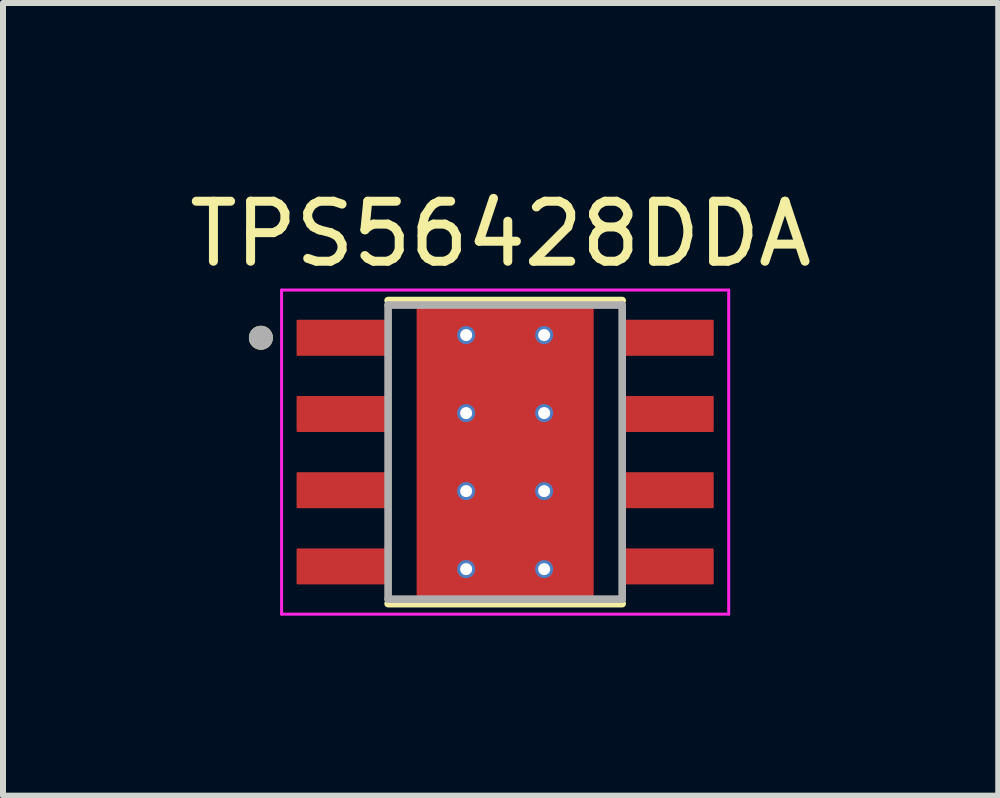
<source format=kicad_pcb>
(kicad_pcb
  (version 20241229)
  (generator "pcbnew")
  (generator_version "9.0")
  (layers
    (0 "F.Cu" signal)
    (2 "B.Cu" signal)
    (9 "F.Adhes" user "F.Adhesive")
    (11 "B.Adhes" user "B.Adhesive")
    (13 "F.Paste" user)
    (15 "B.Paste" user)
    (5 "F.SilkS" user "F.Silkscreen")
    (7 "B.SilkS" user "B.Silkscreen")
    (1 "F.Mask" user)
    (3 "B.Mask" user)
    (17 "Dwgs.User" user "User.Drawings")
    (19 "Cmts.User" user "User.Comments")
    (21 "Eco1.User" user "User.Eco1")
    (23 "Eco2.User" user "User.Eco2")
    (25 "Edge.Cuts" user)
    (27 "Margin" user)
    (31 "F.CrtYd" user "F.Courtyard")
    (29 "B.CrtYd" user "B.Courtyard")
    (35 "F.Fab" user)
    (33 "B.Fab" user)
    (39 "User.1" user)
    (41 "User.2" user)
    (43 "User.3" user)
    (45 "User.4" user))
  (footprint "TPS56428DDA"
    (layer "F.Cu")
    (at 5.367 4.483)
    (property "Reference" "TPS56428DDA" (at -0.075 -3.635 0) (layer "F.SilkS") (effects (font (size 1 1) (thickness 0.15))))
    (attr smd)
    (fp_poly (pts (xy -1.355 -1.7) (xy 1.355 -1.7) (xy 1.355 1.7) (xy -1.355 1.7)) (stroke (width 0.01) (type solid)) (fill yes) (layer "F.Mask"))
    (fp_poly (pts (xy -1.905 -1.535) (xy -3.495 -1.535) (xy -3.498 -1.535) (xy -3.5 -1.535) (xy -3.503 -1.536) (xy -3.505 -1.536) (xy -3.508 -1.537) (xy -3.51 -1.537) (xy -3.513 -1.538) (xy -3.515 -1.539) (xy -3.518 -1.54) (xy -3.52 -1.542) (xy -3.522 -1.543) (xy -3.524 -1.545) (xy -3.526 -1.546) (xy -3.528 -1.548) (xy -3.53 -1.55) (xy -3.532 -1.552) (xy -3.534 -1.554) (xy -3.535 -1.556) (xy -3.537 -1.558) (xy -3.538 -1.56) (xy -3.54 -1.562) (xy -3.541 -1.565) (xy -3.542 -1.567) (xy -3.543 -1.57) (xy -3.543 -1.572) (xy -3.544 -1.575) (xy -3.544 -1.577) (xy -3.545 -1.58) (xy -3.545 -1.582) (xy -3.545 -1.585) (xy -3.545 -2.225) (xy -3.545 -2.228) (xy -3.545 -2.23) (xy -3.544 -2.233) (xy -3.544 -2.235) (xy -3.543 -2.238) (xy -3.543 -2.24) (xy -3.542 -2.243) (xy -3.541 -2.245) (xy -3.54 -2.248) (xy -3.538 -2.25) (xy -3.537 -2.252) (xy -3.535 -2.254) (xy -3.534 -2.256) (xy -3.532 -2.258) (xy -3.53 -2.26) (xy -3.528 -2.262) (xy -3.526 -2.264) (xy -3.524 -2.265) (xy -3.522 -2.267) (xy -3.52 -2.268) (xy -3.518 -2.27) (xy -3.515 -2.271) (xy -3.513 -2.272) (xy -3.51 -2.273) (xy -3.508 -2.273) (xy -3.505 -2.274) (xy -3.503 -2.274) (xy -3.5 -2.275) (xy -3.498 -2.275) (xy -3.495 -2.275) (xy -1.905 -2.275) (xy -1.902 -2.275) (xy -1.9 -2.275) (xy -1.897 -2.274) (xy -1.895 -2.274) (xy -1.892 -2.273) (xy -1.89 -2.273) (xy -1.887 -2.272) (xy -1.885 -2.271) (xy -1.882 -2.27) (xy -1.88 -2.268) (xy -1.878 -2.267) (xy -1.876 -2.265) (xy -1.874 -2.264) (xy -1.872 -2.262) (xy -1.87 -2.26) (xy -1.868 -2.258) (xy -1.866 -2.256) (xy -1.865 -2.254) (xy -1.863 -2.252) (xy -1.862 -2.25) (xy -1.86 -2.248) (xy -1.859 -2.245) (xy -1.858 -2.243) (xy -1.857 -2.24) (xy -1.857 -2.238) (xy -1.856 -2.235) (xy -1.856 -2.233) (xy -1.855 -2.23) (xy -1.855 -2.228) (xy -1.855 -2.225) (xy -1.855 -1.585) (xy -1.855 -1.582) (xy -1.855 -1.58) (xy -1.856 -1.577) (xy -1.856 -1.575) (xy -1.857 -1.572) (xy -1.857 -1.57) (xy -1.858 -1.567) (xy -1.859 -1.565) (xy -1.86 -1.562) (xy -1.862 -1.56) (xy -1.863 -1.558) (xy -1.865 -1.556) (xy -1.866 -1.554) (xy -1.868 -1.552) (xy -1.87 -1.55) (xy -1.872 -1.548) (xy -1.874 -1.546) (xy -1.876 -1.545) (xy -1.878 -1.543) (xy -1.88 -1.542) (xy -1.882 -1.54) (xy -1.885 -1.539) (xy -1.887 -1.538) (xy -1.89 -1.537) (xy -1.892 -1.537) (xy -1.895 -1.536) (xy -1.897 -1.536) (xy -1.9 -1.535) (xy -1.902 -1.535) (xy -1.905 -1.535)) (stroke (width 0.01) (type solid)) (fill yes) (layer "F.Mask"))
    (fp_poly (pts (xy -1.905 -0.265) (xy -3.495 -0.265) (xy -3.498 -0.265) (xy -3.5 -0.265) (xy -3.503 -0.266) (xy -3.505 -0.266) (xy -3.508 -0.267) (xy -3.51 -0.267) (xy -3.513 -0.268) (xy -3.515 -0.269) (xy -3.518 -0.27) (xy -3.52 -0.272) (xy -3.522 -0.273) (xy -3.524 -0.275) (xy -3.526 -0.276) (xy -3.528 -0.278) (xy -3.53 -0.28) (xy -3.532 -0.282) (xy -3.534 -0.284) (xy -3.535 -0.286) (xy -3.537 -0.288) (xy -3.538 -0.29) (xy -3.54 -0.292) (xy -3.541 -0.295) (xy -3.542 -0.297) (xy -3.543 -0.3) (xy -3.543 -0.302) (xy -3.544 -0.305) (xy -3.544 -0.307) (xy -3.545 -0.31) (xy -3.545 -0.312) (xy -3.545 -0.315) (xy -3.545 -0.955) (xy -3.545 -0.958) (xy -3.545 -0.96) (xy -3.544 -0.963) (xy -3.544 -0.965) (xy -3.543 -0.968) (xy -3.543 -0.97) (xy -3.542 -0.973) (xy -3.541 -0.975) (xy -3.54 -0.978) (xy -3.538 -0.98) (xy -3.537 -0.982) (xy -3.535 -0.984) (xy -3.534 -0.986) (xy -3.532 -0.988) (xy -3.53 -0.99) (xy -3.528 -0.992) (xy -3.526 -0.994) (xy -3.524 -0.995) (xy -3.522 -0.997) (xy -3.52 -0.998) (xy -3.518 -1) (xy -3.515 -1.001) (xy -3.513 -1.002) (xy -3.51 -1.003) (xy -3.508 -1.003) (xy -3.505 -1.004) (xy -3.503 -1.004) (xy -3.5 -1.005) (xy -3.498 -1.005) (xy -3.495 -1.005) (xy -1.905 -1.005) (xy -1.902 -1.005) (xy -1.9 -1.005) (xy -1.897 -1.004) (xy -1.895 -1.004) (xy -1.892 -1.003) (xy -1.89 -1.003) (xy -1.887 -1.002) (xy -1.885 -1.001) (xy -1.882 -1) (xy -1.88 -0.998) (xy -1.878 -0.997) (xy -1.876 -0.995) (xy -1.874 -0.994) (xy -1.872 -0.992) (xy -1.87 -0.99) (xy -1.868 -0.988) (xy -1.866 -0.986) (xy -1.865 -0.984) (xy -1.863 -0.982) (xy -1.862 -0.98) (xy -1.86 -0.978) (xy -1.859 -0.975) (xy -1.858 -0.973) (xy -1.857 -0.97) (xy -1.857 -0.968) (xy -1.856 -0.965) (xy -1.856 -0.963) (xy -1.855 -0.96) (xy -1.855 -0.958) (xy -1.855 -0.955) (xy -1.855 -0.315) (xy -1.855 -0.312) (xy -1.855 -0.31) (xy -1.856 -0.307) (xy -1.856 -0.305) (xy -1.857 -0.302) (xy -1.857 -0.3) (xy -1.858 -0.297) (xy -1.859 -0.295) (xy -1.86 -0.292) (xy -1.862 -0.29) (xy -1.863 -0.288) (xy -1.865 -0.286) (xy -1.866 -0.284) (xy -1.868 -0.282) (xy -1.87 -0.28) (xy -1.872 -0.278) (xy -1.874 -0.276) (xy -1.876 -0.275) (xy -1.878 -0.273) (xy -1.88 -0.272) (xy -1.882 -0.27) (xy -1.885 -0.269) (xy -1.887 -0.268) (xy -1.89 -0.267) (xy -1.892 -0.267) (xy -1.895 -0.266) (xy -1.897 -0.266) (xy -1.9 -0.265) (xy -1.902 -0.265) (xy -1.905 -0.265)) (stroke (width 0.01) (type solid)) (fill yes) (layer "F.Mask"))
    (fp_poly (pts (xy -1.905 1.005) (xy -3.495 1.005) (xy -3.498 1.005) (xy -3.5 1.005) (xy -3.503 1.004) (xy -3.505 1.004) (xy -3.508 1.003) (xy -3.51 1.003) (xy -3.513 1.002) (xy -3.515 1.001) (xy -3.518 1) (xy -3.52 0.998) (xy -3.522 0.997) (xy -3.524 0.995) (xy -3.526 0.994) (xy -3.528 0.992) (xy -3.53 0.99) (xy -3.532 0.988) (xy -3.534 0.986) (xy -3.535 0.984) (xy -3.537 0.982) (xy -3.538 0.98) (xy -3.54 0.978) (xy -3.541 0.975) (xy -3.542 0.973) (xy -3.543 0.97) (xy -3.543 0.968) (xy -3.544 0.965) (xy -3.544 0.963) (xy -3.545 0.96) (xy -3.545 0.958) (xy -3.545 0.955) (xy -3.545 0.315) (xy -3.545 0.312) (xy -3.545 0.31) (xy -3.544 0.307) (xy -3.544 0.305) (xy -3.543 0.302) (xy -3.543 0.3) (xy -3.542 0.297) (xy -3.541 0.295) (xy -3.54 0.292) (xy -3.538 0.29) (xy -3.537 0.288) (xy -3.535 0.286) (xy -3.534 0.284) (xy -3.532 0.282) (xy -3.53 0.28) (xy -3.528 0.278) (xy -3.526 0.276) (xy -3.524 0.275) (xy -3.522 0.273) (xy -3.52 0.272) (xy -3.518 0.27) (xy -3.515 0.269) (xy -3.513 0.268) (xy -3.51 0.267) (xy -3.508 0.267) (xy -3.505 0.266) (xy -3.503 0.266) (xy -3.5 0.265) (xy -3.498 0.265) (xy -3.495 0.265) (xy -1.905 0.265) (xy -1.902 0.265) (xy -1.9 0.265) (xy -1.897 0.266) (xy -1.895 0.266) (xy -1.892 0.267) (xy -1.89 0.267) (xy -1.887 0.268) (xy -1.885 0.269) (xy -1.882 0.27) (xy -1.88 0.272) (xy -1.878 0.273) (xy -1.876 0.275) (xy -1.874 0.276) (xy -1.872 0.278) (xy -1.87 0.28) (xy -1.868 0.282) (xy -1.866 0.284) (xy -1.865 0.286) (xy -1.863 0.288) (xy -1.862 0.29) (xy -1.86 0.292) (xy -1.859 0.295) (xy -1.858 0.297) (xy -1.857 0.3) (xy -1.857 0.302) (xy -1.856 0.305) (xy -1.856 0.307) (xy -1.855 0.31) (xy -1.855 0.312) (xy -1.855 0.315) (xy -1.855 0.955) (xy -1.855 0.958) (xy -1.855 0.96) (xy -1.856 0.963) (xy -1.856 0.965) (xy -1.857 0.968) (xy -1.857 0.97) (xy -1.858 0.973) (xy -1.859 0.975) (xy -1.86 0.978) (xy -1.862 0.98) (xy -1.863 0.982) (xy -1.865 0.984) (xy -1.866 0.986) (xy -1.868 0.988) (xy -1.87 0.99) (xy -1.872 0.992) (xy -1.874 0.994) (xy -1.876 0.995) (xy -1.878 0.997) (xy -1.88 0.998) (xy -1.882 1) (xy -1.885 1.001) (xy -1.887 1.002) (xy -1.89 1.003) (xy -1.892 1.003) (xy -1.895 1.004) (xy -1.897 1.004) (xy -1.9 1.005) (xy -1.902 1.005) (xy -1.905 1.005)) (stroke (width 0.01) (type solid)) (fill yes) (layer "F.Mask"))
    (fp_poly (pts (xy -1.905 2.275) (xy -3.495 2.275) (xy -3.498 2.275) (xy -3.5 2.275) (xy -3.503 2.274) (xy -3.505 2.274) (xy -3.508 2.273) (xy -3.51 2.273) (xy -3.513 2.272) (xy -3.515 2.271) (xy -3.518 2.27) (xy -3.52 2.268) (xy -3.522 2.267) (xy -3.524 2.265) (xy -3.526 2.264) (xy -3.528 2.262) (xy -3.53 2.26) (xy -3.532 2.258) (xy -3.534 2.256) (xy -3.535 2.254) (xy -3.537 2.252) (xy -3.538 2.25) (xy -3.54 2.248) (xy -3.541 2.245) (xy -3.542 2.243) (xy -3.543 2.24) (xy -3.543 2.238) (xy -3.544 2.235) (xy -3.544 2.233) (xy -3.545 2.23) (xy -3.545 2.228) (xy -3.545 2.225) (xy -3.545 1.585) (xy -3.545 1.582) (xy -3.545 1.58) (xy -3.544 1.577) (xy -3.544 1.575) (xy -3.543 1.572) (xy -3.543 1.57) (xy -3.542 1.567) (xy -3.541 1.565) (xy -3.54 1.562) (xy -3.538 1.56) (xy -3.537 1.558) (xy -3.535 1.556) (xy -3.534 1.554) (xy -3.532 1.552) (xy -3.53 1.55) (xy -3.528 1.548) (xy -3.526 1.546) (xy -3.524 1.545) (xy -3.522 1.543) (xy -3.52 1.542) (xy -3.518 1.54) (xy -3.515 1.539) (xy -3.513 1.538) (xy -3.51 1.537) (xy -3.508 1.537) (xy -3.505 1.536) (xy -3.503 1.536) (xy -3.5 1.535) (xy -3.498 1.535) (xy -3.495 1.535) (xy -1.905 1.535) (xy -1.902 1.535) (xy -1.9 1.535) (xy -1.897 1.536) (xy -1.895 1.536) (xy -1.892 1.537) (xy -1.89 1.537) (xy -1.887 1.538) (xy -1.885 1.539) (xy -1.882 1.54) (xy -1.88 1.542) (xy -1.878 1.543) (xy -1.876 1.545) (xy -1.874 1.546) (xy -1.872 1.548) (xy -1.87 1.55) (xy -1.868 1.552) (xy -1.866 1.554) (xy -1.865 1.556) (xy -1.863 1.558) (xy -1.862 1.56) (xy -1.86 1.562) (xy -1.859 1.565) (xy -1.858 1.567) (xy -1.857 1.57) (xy -1.857 1.572) (xy -1.856 1.575) (xy -1.856 1.577) (xy -1.855 1.58) (xy -1.855 1.582) (xy -1.855 1.585) (xy -1.855 2.225) (xy -1.855 2.228) (xy -1.855 2.23) (xy -1.856 2.233) (xy -1.856 2.235) (xy -1.857 2.238) (xy -1.857 2.24) (xy -1.858 2.243) (xy -1.859 2.245) (xy -1.86 2.248) (xy -1.862 2.25) (xy -1.863 2.252) (xy -1.865 2.254) (xy -1.866 2.256) (xy -1.868 2.258) (xy -1.87 2.26) (xy -1.872 2.262) (xy -1.874 2.264) (xy -1.876 2.265) (xy -1.878 2.267) (xy -1.88 2.268) (xy -1.882 2.27) (xy -1.885 2.271) (xy -1.887 2.272) (xy -1.89 2.273) (xy -1.892 2.273) (xy -1.895 2.274) (xy -1.897 2.274) (xy -1.9 2.275) (xy -1.902 2.275) (xy -1.905 2.275)) (stroke (width 0.01) (type solid)) (fill yes) (layer "F.Mask"))
    (fp_poly (pts (xy 3.495 -1.535) (xy 1.905 -1.535) (xy 1.902 -1.535) (xy 1.9 -1.535) (xy 1.897 -1.536) (xy 1.895 -1.536) (xy 1.892 -1.537) (xy 1.89 -1.537) (xy 1.887 -1.538) (xy 1.885 -1.539) (xy 1.882 -1.54) (xy 1.88 -1.542) (xy 1.878 -1.543) (xy 1.876 -1.545) (xy 1.874 -1.546) (xy 1.872 -1.548) (xy 1.87 -1.55) (xy 1.868 -1.552) (xy 1.866 -1.554) (xy 1.865 -1.556) (xy 1.863 -1.558) (xy 1.862 -1.56) (xy 1.86 -1.562) (xy 1.859 -1.565) (xy 1.858 -1.567) (xy 1.857 -1.57) (xy 1.857 -1.572) (xy 1.856 -1.575) (xy 1.856 -1.577) (xy 1.855 -1.58) (xy 1.855 -1.582) (xy 1.855 -1.585) (xy 1.855 -2.225) (xy 1.855 -2.228) (xy 1.855 -2.23) (xy 1.856 -2.233) (xy 1.856 -2.235) (xy 1.857 -2.238) (xy 1.857 -2.24) (xy 1.858 -2.243) (xy 1.859 -2.245) (xy 1.86 -2.248) (xy 1.862 -2.25) (xy 1.863 -2.252) (xy 1.865 -2.254) (xy 1.866 -2.256) (xy 1.868 -2.258) (xy 1.87 -2.26) (xy 1.872 -2.262) (xy 1.874 -2.264) (xy 1.876 -2.265) (xy 1.878 -2.267) (xy 1.88 -2.268) (xy 1.882 -2.27) (xy 1.885 -2.271) (xy 1.887 -2.272) (xy 1.89 -2.273) (xy 1.892 -2.273) (xy 1.895 -2.274) (xy 1.897 -2.274) (xy 1.9 -2.275) (xy 1.902 -2.275) (xy 1.905 -2.275) (xy 3.495 -2.275) (xy 3.498 -2.275) (xy 3.5 -2.275) (xy 3.503 -2.274) (xy 3.505 -2.274) (xy 3.508 -2.273) (xy 3.51 -2.273) (xy 3.513 -2.272) (xy 3.515 -2.271) (xy 3.518 -2.27) (xy 3.52 -2.268) (xy 3.522 -2.267) (xy 3.524 -2.265) (xy 3.526 -2.264) (xy 3.528 -2.262) (xy 3.53 -2.26) (xy 3.532 -2.258) (xy 3.534 -2.256) (xy 3.535 -2.254) (xy 3.537 -2.252) (xy 3.538 -2.25) (xy 3.54 -2.248) (xy 3.541 -2.245) (xy 3.542 -2.243) (xy 3.543 -2.24) (xy 3.543 -2.238) (xy 3.544 -2.235) (xy 3.544 -2.233) (xy 3.545 -2.23) (xy 3.545 -2.228) (xy 3.545 -2.225) (xy 3.545 -1.585) (xy 3.545 -1.582) (xy 3.545 -1.58) (xy 3.544 -1.577) (xy 3.544 -1.575) (xy 3.543 -1.572) (xy 3.543 -1.57) (xy 3.542 -1.567) (xy 3.541 -1.565) (xy 3.54 -1.562) (xy 3.538 -1.56) (xy 3.537 -1.558) (xy 3.535 -1.556) (xy 3.534 -1.554) (xy 3.532 -1.552) (xy 3.53 -1.55) (xy 3.528 -1.548) (xy 3.526 -1.546) (xy 3.524 -1.545) (xy 3.522 -1.543) (xy 3.52 -1.542) (xy 3.518 -1.54) (xy 3.515 -1.539) (xy 3.513 -1.538) (xy 3.51 -1.537) (xy 3.508 -1.537) (xy 3.505 -1.536) (xy 3.503 -1.536) (xy 3.5 -1.535) (xy 3.498 -1.535) (xy 3.495 -1.535)) (stroke (width 0.01) (type solid)) (fill yes) (layer "F.Mask"))
    (fp_poly (pts (xy 3.495 -0.265) (xy 1.905 -0.265) (xy 1.902 -0.265) (xy 1.9 -0.265) (xy 1.897 -0.266) (xy 1.895 -0.266) (xy 1.892 -0.267) (xy 1.89 -0.267) (xy 1.887 -0.268) (xy 1.885 -0.269) (xy 1.882 -0.27) (xy 1.88 -0.272) (xy 1.878 -0.273) (xy 1.876 -0.275) (xy 1.874 -0.276) (xy 1.872 -0.278) (xy 1.87 -0.28) (xy 1.868 -0.282) (xy 1.866 -0.284) (xy 1.865 -0.286) (xy 1.863 -0.288) (xy 1.862 -0.29) (xy 1.86 -0.292) (xy 1.859 -0.295) (xy 1.858 -0.297) (xy 1.857 -0.3) (xy 1.857 -0.302) (xy 1.856 -0.305) (xy 1.856 -0.307) (xy 1.855 -0.31) (xy 1.855 -0.312) (xy 1.855 -0.315) (xy 1.855 -0.955) (xy 1.855 -0.958) (xy 1.855 -0.96) (xy 1.856 -0.963) (xy 1.856 -0.965) (xy 1.857 -0.968) (xy 1.857 -0.97) (xy 1.858 -0.973) (xy 1.859 -0.975) (xy 1.86 -0.978) (xy 1.862 -0.98) (xy 1.863 -0.982) (xy 1.865 -0.984) (xy 1.866 -0.986) (xy 1.868 -0.988) (xy 1.87 -0.99) (xy 1.872 -0.992) (xy 1.874 -0.994) (xy 1.876 -0.995) (xy 1.878 -0.997) (xy 1.88 -0.998) (xy 1.882 -1) (xy 1.885 -1.001) (xy 1.887 -1.002) (xy 1.89 -1.003) (xy 1.892 -1.003) (xy 1.895 -1.004) (xy 1.897 -1.004) (xy 1.9 -1.005) (xy 1.902 -1.005) (xy 1.905 -1.005) (xy 3.495 -1.005) (xy 3.498 -1.005) (xy 3.5 -1.005) (xy 3.503 -1.004) (xy 3.505 -1.004) (xy 3.508 -1.003) (xy 3.51 -1.003) (xy 3.513 -1.002) (xy 3.515 -1.001) (xy 3.518 -1) (xy 3.52 -0.998) (xy 3.522 -0.997) (xy 3.524 -0.995) (xy 3.526 -0.994) (xy 3.528 -0.992) (xy 3.53 -0.99) (xy 3.532 -0.988) (xy 3.534 -0.986) (xy 3.535 -0.984) (xy 3.537 -0.982) (xy 3.538 -0.98) (xy 3.54 -0.978) (xy 3.541 -0.975) (xy 3.542 -0.973) (xy 3.543 -0.97) (xy 3.543 -0.968) (xy 3.544 -0.965) (xy 3.544 -0.963) (xy 3.545 -0.96) (xy 3.545 -0.958) (xy 3.545 -0.955) (xy 3.545 -0.315) (xy 3.545 -0.312) (xy 3.545 -0.31) (xy 3.544 -0.307) (xy 3.544 -0.305) (xy 3.543 -0.302) (xy 3.543 -0.3) (xy 3.542 -0.297) (xy 3.541 -0.295) (xy 3.54 -0.292) (xy 3.538 -0.29) (xy 3.537 -0.288) (xy 3.535 -0.286) (xy 3.534 -0.284) (xy 3.532 -0.282) (xy 3.53 -0.28) (xy 3.528 -0.278) (xy 3.526 -0.276) (xy 3.524 -0.275) (xy 3.522 -0.273) (xy 3.52 -0.272) (xy 3.518 -0.27) (xy 3.515 -0.269) (xy 3.513 -0.268) (xy 3.51 -0.267) (xy 3.508 -0.267) (xy 3.505 -0.266) (xy 3.503 -0.266) (xy 3.5 -0.265) (xy 3.498 -0.265) (xy 3.495 -0.265)) (stroke (width 0.01) (type solid)) (fill yes) (layer "F.Mask"))
    (fp_poly (pts (xy 3.495 1.005) (xy 1.905 1.005) (xy 1.902 1.005) (xy 1.9 1.005) (xy 1.897 1.004) (xy 1.895 1.004) (xy 1.892 1.003) (xy 1.89 1.003) (xy 1.887 1.002) (xy 1.885 1.001) (xy 1.882 1) (xy 1.88 0.998) (xy 1.878 0.997) (xy 1.876 0.995) (xy 1.874 0.994) (xy 1.872 0.992) (xy 1.87 0.99) (xy 1.868 0.988) (xy 1.866 0.986) (xy 1.865 0.984) (xy 1.863 0.982) (xy 1.862 0.98) (xy 1.86 0.978) (xy 1.859 0.975) (xy 1.858 0.973) (xy 1.857 0.97) (xy 1.857 0.968) (xy 1.856 0.965) (xy 1.856 0.963) (xy 1.855 0.96) (xy 1.855 0.958) (xy 1.855 0.955) (xy 1.855 0.315) (xy 1.855 0.312) (xy 1.855 0.31) (xy 1.856 0.307) (xy 1.856 0.305) (xy 1.857 0.302) (xy 1.857 0.3) (xy 1.858 0.297) (xy 1.859 0.295) (xy 1.86 0.292) (xy 1.862 0.29) (xy 1.863 0.288) (xy 1.865 0.286) (xy 1.866 0.284) (xy 1.868 0.282) (xy 1.87 0.28) (xy 1.872 0.278) (xy 1.874 0.276) (xy 1.876 0.275) (xy 1.878 0.273) (xy 1.88 0.272) (xy 1.882 0.27) (xy 1.885 0.269) (xy 1.887 0.268) (xy 1.89 0.267) (xy 1.892 0.267) (xy 1.895 0.266) (xy 1.897 0.266) (xy 1.9 0.265) (xy 1.902 0.265) (xy 1.905 0.265) (xy 3.495 0.265) (xy 3.498 0.265) (xy 3.5 0.265) (xy 3.503 0.266) (xy 3.505 0.266) (xy 3.508 0.267) (xy 3.51 0.267) (xy 3.513 0.268) (xy 3.515 0.269) (xy 3.518 0.27) (xy 3.52 0.272) (xy 3.522 0.273) (xy 3.524 0.275) (xy 3.526 0.276) (xy 3.528 0.278) (xy 3.53 0.28) (xy 3.532 0.282) (xy 3.534 0.284) (xy 3.535 0.286) (xy 3.537 0.288) (xy 3.538 0.29) (xy 3.54 0.292) (xy 3.541 0.295) (xy 3.542 0.297) (xy 3.543 0.3) (xy 3.543 0.302) (xy 3.544 0.305) (xy 3.544 0.307) (xy 3.545 0.31) (xy 3.545 0.312) (xy 3.545 0.315) (xy 3.545 0.955) (xy 3.545 0.958) (xy 3.545 0.96) (xy 3.544 0.963) (xy 3.544 0.965) (xy 3.543 0.968) (xy 3.543 0.97) (xy 3.542 0.973) (xy 3.541 0.975) (xy 3.54 0.978) (xy 3.538 0.98) (xy 3.537 0.982) (xy 3.535 0.984) (xy 3.534 0.986) (xy 3.532 0.988) (xy 3.53 0.99) (xy 3.528 0.992) (xy 3.526 0.994) (xy 3.524 0.995) (xy 3.522 0.997) (xy 3.52 0.998) (xy 3.518 1) (xy 3.515 1.001) (xy 3.513 1.002) (xy 3.51 1.003) (xy 3.508 1.003) (xy 3.505 1.004) (xy 3.503 1.004) (xy 3.5 1.005) (xy 3.498 1.005) (xy 3.495 1.005)) (stroke (width 0.01) (type solid)) (fill yes) (layer "F.Mask"))
    (fp_poly (pts (xy 3.495 2.275) (xy 1.905 2.275) (xy 1.902 2.275) (xy 1.9 2.275) (xy 1.897 2.274) (xy 1.895 2.274) (xy 1.892 2.273) (xy 1.89 2.273) (xy 1.887 2.272) (xy 1.885 2.271) (xy 1.882 2.27) (xy 1.88 2.268) (xy 1.878 2.267) (xy 1.876 2.265) (xy 1.874 2.264) (xy 1.872 2.262) (xy 1.87 2.26) (xy 1.868 2.258) (xy 1.866 2.256) (xy 1.865 2.254) (xy 1.863 2.252) (xy 1.862 2.25) (xy 1.86 2.248) (xy 1.859 2.245) (xy 1.858 2.243) (xy 1.857 2.24) (xy 1.857 2.238) (xy 1.856 2.235) (xy 1.856 2.233) (xy 1.855 2.23) (xy 1.855 2.228) (xy 1.855 2.225) (xy 1.855 1.585) (xy 1.855 1.582) (xy 1.855 1.58) (xy 1.856 1.577) (xy 1.856 1.575) (xy 1.857 1.572) (xy 1.857 1.57) (xy 1.858 1.567) (xy 1.859 1.565) (xy 1.86 1.562) (xy 1.862 1.56) (xy 1.863 1.558) (xy 1.865 1.556) (xy 1.866 1.554) (xy 1.868 1.552) (xy 1.87 1.55) (xy 1.872 1.548) (xy 1.874 1.546) (xy 1.876 1.545) (xy 1.878 1.543) (xy 1.88 1.542) (xy 1.882 1.54) (xy 1.885 1.539) (xy 1.887 1.538) (xy 1.89 1.537) (xy 1.892 1.537) (xy 1.895 1.536) (xy 1.897 1.536) (xy 1.9 1.535) (xy 1.902 1.535) (xy 1.905 1.535) (xy 3.495 1.535) (xy 3.498 1.535) (xy 3.5 1.535) (xy 3.503 1.536) (xy 3.505 1.536) (xy 3.508 1.537) (xy 3.51 1.537) (xy 3.513 1.538) (xy 3.515 1.539) (xy 3.518 1.54) (xy 3.52 1.542) (xy 3.522 1.543) (xy 3.524 1.545) (xy 3.526 1.546) (xy 3.528 1.548) (xy 3.53 1.55) (xy 3.532 1.552) (xy 3.534 1.554) (xy 3.535 1.556) (xy 3.537 1.558) (xy 3.538 1.56) (xy 3.54 1.562) (xy 3.541 1.565) (xy 3.542 1.567) (xy 3.543 1.57) (xy 3.543 1.572) (xy 3.544 1.575) (xy 3.544 1.577) (xy 3.545 1.58) (xy 3.545 1.582) (xy 3.545 1.585) (xy 3.545 2.225) (xy 3.545 2.228) (xy 3.545 2.23) (xy 3.544 2.233) (xy 3.544 2.235) (xy 3.543 2.238) (xy 3.543 2.24) (xy 3.542 2.243) (xy 3.541 2.245) (xy 3.54 2.248) (xy 3.538 2.25) (xy 3.537 2.252) (xy 3.535 2.254) (xy 3.534 2.256) (xy 3.532 2.258) (xy 3.53 2.26) (xy 3.528 2.262) (xy 3.526 2.264) (xy 3.524 2.265) (xy 3.522 2.267) (xy 3.52 2.268) (xy 3.518 2.27) (xy 3.515 2.271) (xy 3.513 2.272) (xy 3.51 2.273) (xy 3.508 2.273) (xy 3.505 2.274) (xy 3.503 2.274) (xy 3.5 2.275) (xy 3.498 2.275) (xy 3.495 2.275)) (stroke (width 0.01) (type solid)) (fill yes) (layer "F.Mask"))
    (fp_line (start -1.95 -2.525) (end 1.95 -2.525) (stroke (width 0.127) (type solid)) (layer "F.SilkS"))
    (fp_line (start -1.95 2.525) (end 1.95 2.525) (stroke (width 0.127) (type solid)) (layer "F.SilkS"))
    (fp_circle (center -4.07 -1.905) (end -3.97 -1.905) (stroke (width 0.2) (type solid)) (fill no) (layer "F.SilkS"))
    (fp_poly (pts (xy -1.355 -1.7) (xy 1.355 -1.7) (xy 1.355 1.7) (xy -1.355 1.7)) (stroke (width 0.01) (type solid)) (fill yes) (layer "F.Paste"))
    (fp_line (start -3.725 -2.7) (end -3.725 2.7) (stroke (width 0.05) (type solid)) (layer "F.CrtYd"))
    (fp_line (start -3.725 -2.7) (end 3.725 -2.7) (stroke (width 0.05) (type solid)) (layer "F.CrtYd"))
    (fp_line (start -3.725 2.7) (end 3.725 2.7) (stroke (width 0.05) (type solid)) (layer "F.CrtYd"))
    (fp_line (start 3.725 -2.7) (end 3.725 2.7) (stroke (width 0.05) (type solid)) (layer "F.CrtYd"))
    (fp_line (start -1.95 -2.45) (end -1.95 2.45) (stroke (width 0.127) (type solid)) (layer "F.Fab"))
    (fp_line (start -1.95 -2.45) (end 1.95 -2.45) (stroke (width 0.127) (type solid)) (layer "F.Fab"))
    (fp_line (start -1.95 2.45) (end 1.95 2.45) (stroke (width 0.127) (type solid)) (layer "F.Fab"))
    (fp_line (start 1.95 -2.45) (end 1.95 2.45) (stroke (width 0.127) (type solid)) (layer "F.Fab"))
    (fp_circle (center -4.07 -1.905) (end -3.97 -1.905) (stroke (width 0.2) (type solid)) (fill no) (layer "F.Fab"))
    (pad "1" smd roundrect (at -2.7 -1.905) (size 1.55 0.6) (layers "F.Cu" "F.Paste") (roundrect_rratio 0.025))
    (pad "2" smd roundrect (at -2.7 -0.635) (size 1.55 0.6) (layers "F.Cu" "F.Paste") (roundrect_rratio 0.025))
    (pad "3" smd roundrect (at -2.7 0.635) (size 1.55 0.6) (layers "F.Cu" "F.Paste") (roundrect_rratio 0.025))
    (pad "4" smd roundrect (at -2.7 1.905) (size 1.55 0.6) (layers "F.Cu" "F.Paste") (roundrect_rratio 0.025))
    (pad "5" smd roundrect (at 2.7 1.905) (size 1.55 0.6) (layers "F.Cu" "F.Paste") (roundrect_rratio 0.025))
    (pad "6" smd roundrect (at 2.7 0.635) (size 1.55 0.6) (layers "F.Cu" "F.Paste") (roundrect_rratio 0.025))
    (pad "7" smd roundrect (at 2.7 -0.635) (size 1.55 0.6) (layers "F.Cu" "F.Paste") (roundrect_rratio 0.025))
    (pad "8" smd roundrect (at 2.7 -1.905) (size 1.55 0.6) (layers "F.Cu" "F.Paste") (roundrect_rratio 0.025))
    (pad "9" thru_hole circle (at -0.65 -1.95) (size 0.3 0.3) (drill 0.2) (layers "*.Cu" "*.Mask"))
    (pad "9" thru_hole circle (at -0.65 -0.65) (size 0.3 0.3) (drill 0.2) (layers "*.Cu" "*.Mask"))
    (pad "9" thru_hole circle (at -0.65 0.65) (size 0.3 0.3) (drill 0.2) (layers "*.Cu" "*.Mask"))
    (pad "9" thru_hole circle (at -0.65 1.95) (size 0.3 0.3) (drill 0.2) (layers "*.Cu" "*.Mask"))
    (pad "9" smd rect (at 0 0) (size 2.95 4.9) (layers "F.Cu"))
    (pad "9" thru_hole circle (at 0.65 -1.95) (size 0.3 0.3) (drill 0.2) (layers "*.Cu" "*.Mask"))
    (pad "9" thru_hole circle (at 0.65 -0.65) (size 0.3 0.3) (drill 0.2) (layers "*.Cu" "*.Mask"))
    (pad "9" thru_hole circle (at 0.65 0.65) (size 0.3 0.3) (drill 0.2) (layers "*.Cu" "*.Mask"))
    (pad "9" thru_hole circle (at 0.65 1.95) (size 0.3 0.3) (drill 0.2) (layers "*.Cu" "*.Mask")))
  (gr_rect
    (start -3 -3)
    (end 13.583 10.208)
    (stroke (width 0.1) (type default))
    (fill no)
    (layer "Edge.Cuts")))
</source>
